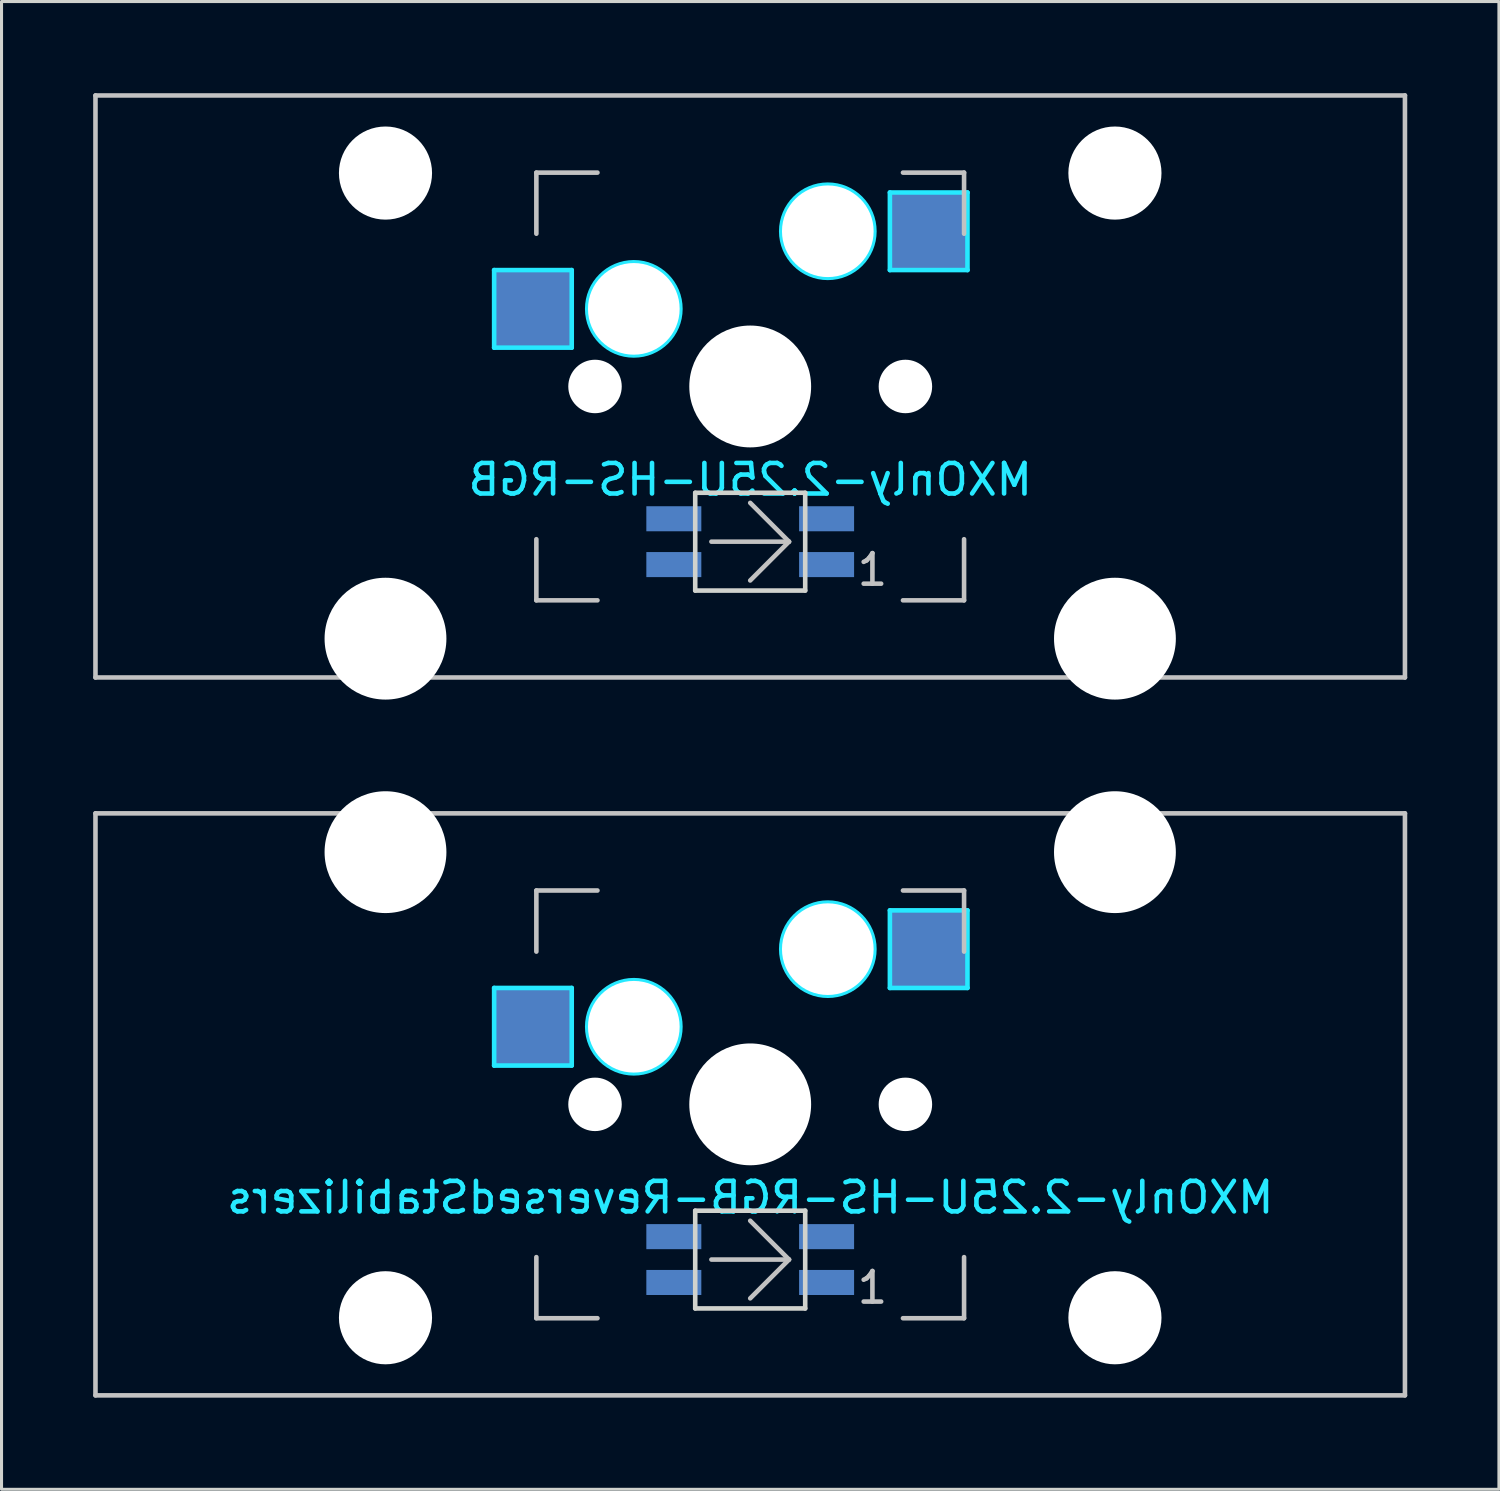
<source format=kicad_pcb>
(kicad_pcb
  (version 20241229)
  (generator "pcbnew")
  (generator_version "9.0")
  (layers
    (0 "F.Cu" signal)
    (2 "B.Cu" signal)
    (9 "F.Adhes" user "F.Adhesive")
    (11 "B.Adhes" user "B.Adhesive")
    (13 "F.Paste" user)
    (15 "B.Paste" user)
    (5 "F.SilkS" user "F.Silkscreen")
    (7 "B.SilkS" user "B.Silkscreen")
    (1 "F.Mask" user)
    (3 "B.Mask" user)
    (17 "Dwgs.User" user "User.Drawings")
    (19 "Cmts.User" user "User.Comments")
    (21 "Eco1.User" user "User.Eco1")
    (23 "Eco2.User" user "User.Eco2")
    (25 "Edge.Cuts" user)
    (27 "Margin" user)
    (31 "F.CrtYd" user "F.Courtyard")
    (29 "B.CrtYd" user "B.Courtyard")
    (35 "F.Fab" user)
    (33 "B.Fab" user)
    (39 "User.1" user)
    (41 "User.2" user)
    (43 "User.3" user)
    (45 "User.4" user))
  (footprint "MXOnly-2.25U-HS-RGB"
    (layer "F.Cu")
    (at 21.506 9.6)
    (property "Reference" "MXOnly-2.25U-HS-RGB" (at 0 3.048 0) (layer "B.CrtYd") (effects (font (size 1 1) (thickness 0.15)) (justify mirror)))
    (attr smd)
    (fp_line (start -21.431 -9.525) (end 21.431 -9.525) (stroke (width 0.15) (type solid)) (layer "Dwgs.User"))
    (fp_line (start -21.431 9.525) (end -21.431 -9.525) (stroke (width 0.15) (type solid)) (layer "Dwgs.User"))
    (fp_line (start -7 -7) (end -7 -5) (stroke (width 0.15) (type solid)) (layer "Dwgs.User"))
    (fp_line (start -7 5) (end -7 7) (stroke (width 0.15) (type solid)) (layer "Dwgs.User"))
    (fp_line (start -7 7) (end -5 7) (stroke (width 0.15) (type solid)) (layer "Dwgs.User"))
    (fp_line (start -5 -7) (end -7 -7) (stroke (width 0.15) (type solid)) (layer "Dwgs.User"))
    (fp_line (start -1.27 5.08) (end 1.27 5.08) (stroke (width 0.15) (type solid)) (layer "Dwgs.User"))
    (fp_line (start 1.27 5.08) (end 0 3.81) (stroke (width 0.15) (type solid)) (layer "Dwgs.User"))
    (fp_line (start 1.27 5.08) (end 0 6.35) (stroke (width 0.15) (type solid)) (layer "Dwgs.User"))
    (fp_line (start 5 -7) (end 7 -7) (stroke (width 0.15) (type solid)) (layer "Dwgs.User"))
    (fp_line (start 5 7) (end 7 7) (stroke (width 0.15) (type solid)) (layer "Dwgs.User"))
    (fp_line (start 7 -7) (end 7 -5) (stroke (width 0.15) (type solid)) (layer "Dwgs.User"))
    (fp_line (start 7 7) (end 7 5) (stroke (width 0.15) (type solid)) (layer "Dwgs.User"))
    (fp_line (start 21.431 -9.525) (end 21.431 9.525) (stroke (width 0.15) (type solid)) (layer "Dwgs.User"))
    (fp_line (start 21.431 9.525) (end -21.431 9.525) (stroke (width 0.15) (type solid)) (layer "Dwgs.User"))
    (fp_line (start -1.8 3.48) (end -1.8 6.68) (stroke (width 0.15) (type solid)) (layer "Edge.Cuts"))
    (fp_line (start -1.8 3.48) (end 1.8 3.48) (stroke (width 0.15) (type solid)) (layer "Edge.Cuts"))
    (fp_line (start 1.8 3.48) (end 1.8 6.68) (stroke (width 0.15) (type solid)) (layer "Edge.Cuts"))
    (fp_line (start 1.8 6.68) (end -1.8 6.68) (stroke (width 0.15) (type solid)) (layer "Edge.Cuts"))
    (fp_line (start -8.382 -3.81) (end -5.842 -3.81) (stroke (width 0.15) (type solid)) (layer "B.CrtYd"))
    (fp_line (start -8.382 -1.27) (end -8.382 -3.81) (stroke (width 0.15) (type solid)) (layer "B.CrtYd"))
    (fp_line (start -5.842 -3.81) (end -5.842 -1.27) (stroke (width 0.15) (type solid)) (layer "B.CrtYd"))
    (fp_line (start -5.842 -1.27) (end -8.382 -1.27) (stroke (width 0.15) (type solid)) (layer "B.CrtYd"))
    (fp_line (start 4.572 -6.35) (end 7.112 -6.35) (stroke (width 0.15) (type solid)) (layer "B.CrtYd"))
    (fp_line (start 4.572 -3.81) (end 4.572 -6.35) (stroke (width 0.15) (type solid)) (layer "B.CrtYd"))
    (fp_line (start 7.112 -6.35) (end 7.112 -3.81) (stroke (width 0.15) (type solid)) (layer "B.CrtYd"))
    (fp_line (start 7.112 -3.81) (end 4.572 -3.81) (stroke (width 0.15) (type solid)) (layer "B.CrtYd"))
    (fp_circle (center -3.81 -2.54) (end -3.81 -4.064) (stroke (width 0.15) (type solid)) (fill no) (layer "B.CrtYd"))
    (fp_circle (center 2.54 -5.08) (end 2.54 -6.604) (stroke (width 0.15) (type solid)) (fill no) (layer "B.CrtYd"))
    (fp_text user "1" (at 4 6 0) (layer "Dwgs.User") (effects (font (size 1 1) (thickness 0.15))))
    (pad "" np_thru_hole circle (at -11.938 -6.985) (size 3.048 3.048) (drill 3.048) (layers "*.Cu" "*.Mask"))
    (pad "" np_thru_hole circle (at -11.938 8.255) (size 3.988 3.988) (drill 3.988) (layers "*.Cu" "*.Mask"))
    (pad "" np_thru_hole circle (at -5.08 0 48.1) (size 1.75 1.75) (drill 1.75) (layers "*.Cu" "*.Mask"))
    (pad "" np_thru_hole circle (at -3.81 -2.54) (size 3 3) (drill 3) (layers "*.Cu" "*.Mask"))
    (pad "" np_thru_hole circle (at 0 0) (size 3.988 3.988) (drill 3.988) (layers "*.Cu" "*.Mask"))
    (pad "" np_thru_hole circle (at 2.54 -5.08) (size 3 3) (drill 3) (layers "*.Cu" "*.Mask"))
    (pad "" np_thru_hole circle (at 5.08 0 48.1) (size 1.75 1.75) (drill 1.75) (layers "*.Cu" "*.Mask"))
    (pad "" np_thru_hole circle (at 11.938 -6.985) (size 3.048 3.048) (drill 3.048) (layers "*.Cu" "*.Mask"))
    (pad "" np_thru_hole circle (at 11.938 8.255) (size 3.988 3.988) (drill 3.988) (layers "*.Cu" "*.Mask"))
    (pad "1" smd rect (at -7.085 -2.54) (size 2.55 2.5) (layers "B.Cu" "B.Mask" "B.Paste"))
    (pad "2" smd rect (at 5.842 -5.08) (size 2.55 2.5) (layers "B.Cu" "B.Mask" "B.Paste"))
    (pad "3" smd rect (at 2.5 5.83) (size 1.8 0.82) (layers "B.Cu" "B.Mask" "B.Paste"))
    (pad "4" smd rect (at 2.5 4.33) (size 1.8 0.82) (layers "B.Cu" "B.Mask" "B.Paste"))
    (pad "5" smd rect (at -2.5 4.33) (size 1.8 0.82) (layers "B.Cu" "B.Mask" "B.Paste"))
    (pad "6" smd rect (at -2.5 5.83) (size 1.8 0.82) (layers "B.Cu" "B.Mask" "B.Paste")))
  (footprint "MXOnly-2.25U-HS-RGB-ReversedStabilizers"
    (layer "F.Cu")
    (at 21.506 33.098)
    (property "Reference" "MXOnly-2.25U-HS-RGB-ReversedStabilizers" (at 0 3.048 0) (layer "B.CrtYd") (effects (font (size 1 1) (thickness 0.15)) (justify mirror)))
    (attr smd)
    (fp_line (start -21.431 -9.525) (end 21.431 -9.525) (stroke (width 0.15) (type solid)) (layer "Dwgs.User"))
    (fp_line (start -21.431 9.525) (end -21.431 -9.525) (stroke (width 0.15) (type solid)) (layer "Dwgs.User"))
    (fp_line (start -7 -7) (end -7 -5) (stroke (width 0.15) (type solid)) (layer "Dwgs.User"))
    (fp_line (start -7 5) (end -7 7) (stroke (width 0.15) (type solid)) (layer "Dwgs.User"))
    (fp_line (start -7 7) (end -5 7) (stroke (width 0.15) (type solid)) (layer "Dwgs.User"))
    (fp_line (start -5 -7) (end -7 -7) (stroke (width 0.15) (type solid)) (layer "Dwgs.User"))
    (fp_line (start -1.27 5.08) (end 1.27 5.08) (stroke (width 0.15) (type solid)) (layer "Dwgs.User"))
    (fp_line (start 1.27 5.08) (end 0 3.81) (stroke (width 0.15) (type solid)) (layer "Dwgs.User"))
    (fp_line (start 1.27 5.08) (end 0 6.35) (stroke (width 0.15) (type solid)) (layer "Dwgs.User"))
    (fp_line (start 5 -7) (end 7 -7) (stroke (width 0.15) (type solid)) (layer "Dwgs.User"))
    (fp_line (start 5 7) (end 7 7) (stroke (width 0.15) (type solid)) (layer "Dwgs.User"))
    (fp_line (start 7 -7) (end 7 -5) (stroke (width 0.15) (type solid)) (layer "Dwgs.User"))
    (fp_line (start 7 7) (end 7 5) (stroke (width 0.15) (type solid)) (layer "Dwgs.User"))
    (fp_line (start 21.431 -9.525) (end 21.431 9.525) (stroke (width 0.15) (type solid)) (layer "Dwgs.User"))
    (fp_line (start 21.431 9.525) (end -21.431 9.525) (stroke (width 0.15) (type solid)) (layer "Dwgs.User"))
    (fp_line (start -1.8 3.48) (end -1.8 6.68) (stroke (width 0.15) (type solid)) (layer "Edge.Cuts"))
    (fp_line (start -1.8 3.48) (end 1.8 3.48) (stroke (width 0.15) (type solid)) (layer "Edge.Cuts"))
    (fp_line (start 1.8 3.48) (end 1.8 6.68) (stroke (width 0.15) (type solid)) (layer "Edge.Cuts"))
    (fp_line (start 1.8 6.68) (end -1.8 6.68) (stroke (width 0.15) (type solid)) (layer "Edge.Cuts"))
    (fp_line (start -8.382 -3.81) (end -5.842 -3.81) (stroke (width 0.15) (type solid)) (layer "B.CrtYd"))
    (fp_line (start -8.382 -1.27) (end -8.382 -3.81) (stroke (width 0.15) (type solid)) (layer "B.CrtYd"))
    (fp_line (start -5.842 -3.81) (end -5.842 -1.27) (stroke (width 0.15) (type solid)) (layer "B.CrtYd"))
    (fp_line (start -5.842 -1.27) (end -8.382 -1.27) (stroke (width 0.15) (type solid)) (layer "B.CrtYd"))
    (fp_line (start 4.572 -6.35) (end 7.112 -6.35) (stroke (width 0.15) (type solid)) (layer "B.CrtYd"))
    (fp_line (start 4.572 -3.81) (end 4.572 -6.35) (stroke (width 0.15) (type solid)) (layer "B.CrtYd"))
    (fp_line (start 7.112 -6.35) (end 7.112 -3.81) (stroke (width 0.15) (type solid)) (layer "B.CrtYd"))
    (fp_line (start 7.112 -3.81) (end 4.572 -3.81) (stroke (width 0.15) (type solid)) (layer "B.CrtYd"))
    (fp_circle (center -3.81 -2.54) (end -3.81 -4.064) (stroke (width 0.15) (type solid)) (fill no) (layer "B.CrtYd"))
    (fp_circle (center 2.54 -5.08) (end 2.54 -6.604) (stroke (width 0.15) (type solid)) (fill no) (layer "B.CrtYd"))
    (fp_text user "1" (at 4 6 0) (layer "Dwgs.User") (effects (font (size 1 1) (thickness 0.15))))
    (pad "" np_thru_hole circle (at -11.938 -8.255) (size 3.988 3.988) (drill 3.988) (layers "*.Cu" "*.Mask"))
    (pad "" np_thru_hole circle (at -11.938 6.985) (size 3.048 3.048) (drill 3.048) (layers "*.Cu" "*.Mask"))
    (pad "" np_thru_hole circle (at -5.08 0 48.1) (size 1.75 1.75) (drill 1.75) (layers "*.Cu" "*.Mask"))
    (pad "" np_thru_hole circle (at -3.81 -2.54) (size 3 3) (drill 3) (layers "*.Cu" "*.Mask"))
    (pad "" np_thru_hole circle (at 0 0) (size 3.988 3.988) (drill 3.988) (layers "*.Cu" "*.Mask"))
    (pad "" np_thru_hole circle (at 2.54 -5.08) (size 3 3) (drill 3) (layers "*.Cu" "*.Mask"))
    (pad "" np_thru_hole circle (at 5.08 0 48.1) (size 1.75 1.75) (drill 1.75) (layers "*.Cu" "*.Mask"))
    (pad "" np_thru_hole circle (at 11.938 -8.255) (size 3.988 3.988) (drill 3.988) (layers "*.Cu" "*.Mask"))
    (pad "" np_thru_hole circle (at 11.938 6.985) (size 3.048 3.048) (drill 3.048) (layers "*.Cu" "*.Mask"))
    (pad "1" smd rect (at -7.085 -2.54) (size 2.55 2.5) (layers "B.Cu" "B.Mask" "B.Paste"))
    (pad "2" smd rect (at 5.842 -5.08) (size 2.55 2.5) (layers "B.Cu" "B.Mask" "B.Paste"))
    (pad "3" smd rect (at 2.5 5.83) (size 1.8 0.82) (layers "B.Cu" "B.Mask" "B.Paste"))
    (pad "4" smd rect (at 2.5 4.33) (size 1.8 0.82) (layers "B.Cu" "B.Mask" "B.Paste"))
    (pad "5" smd rect (at -2.5 4.33) (size 1.8 0.82) (layers "B.Cu" "B.Mask" "B.Paste"))
    (pad "6" smd rect (at -2.5 5.83) (size 1.8 0.82) (layers "B.Cu" "B.Mask" "B.Paste")))
  (gr_rect
    (start -3 -3)
    (end 46.013 45.698)
    (stroke (width 0.1) (type default))
    (fill no)
    (layer "Edge.Cuts")))
</source>
